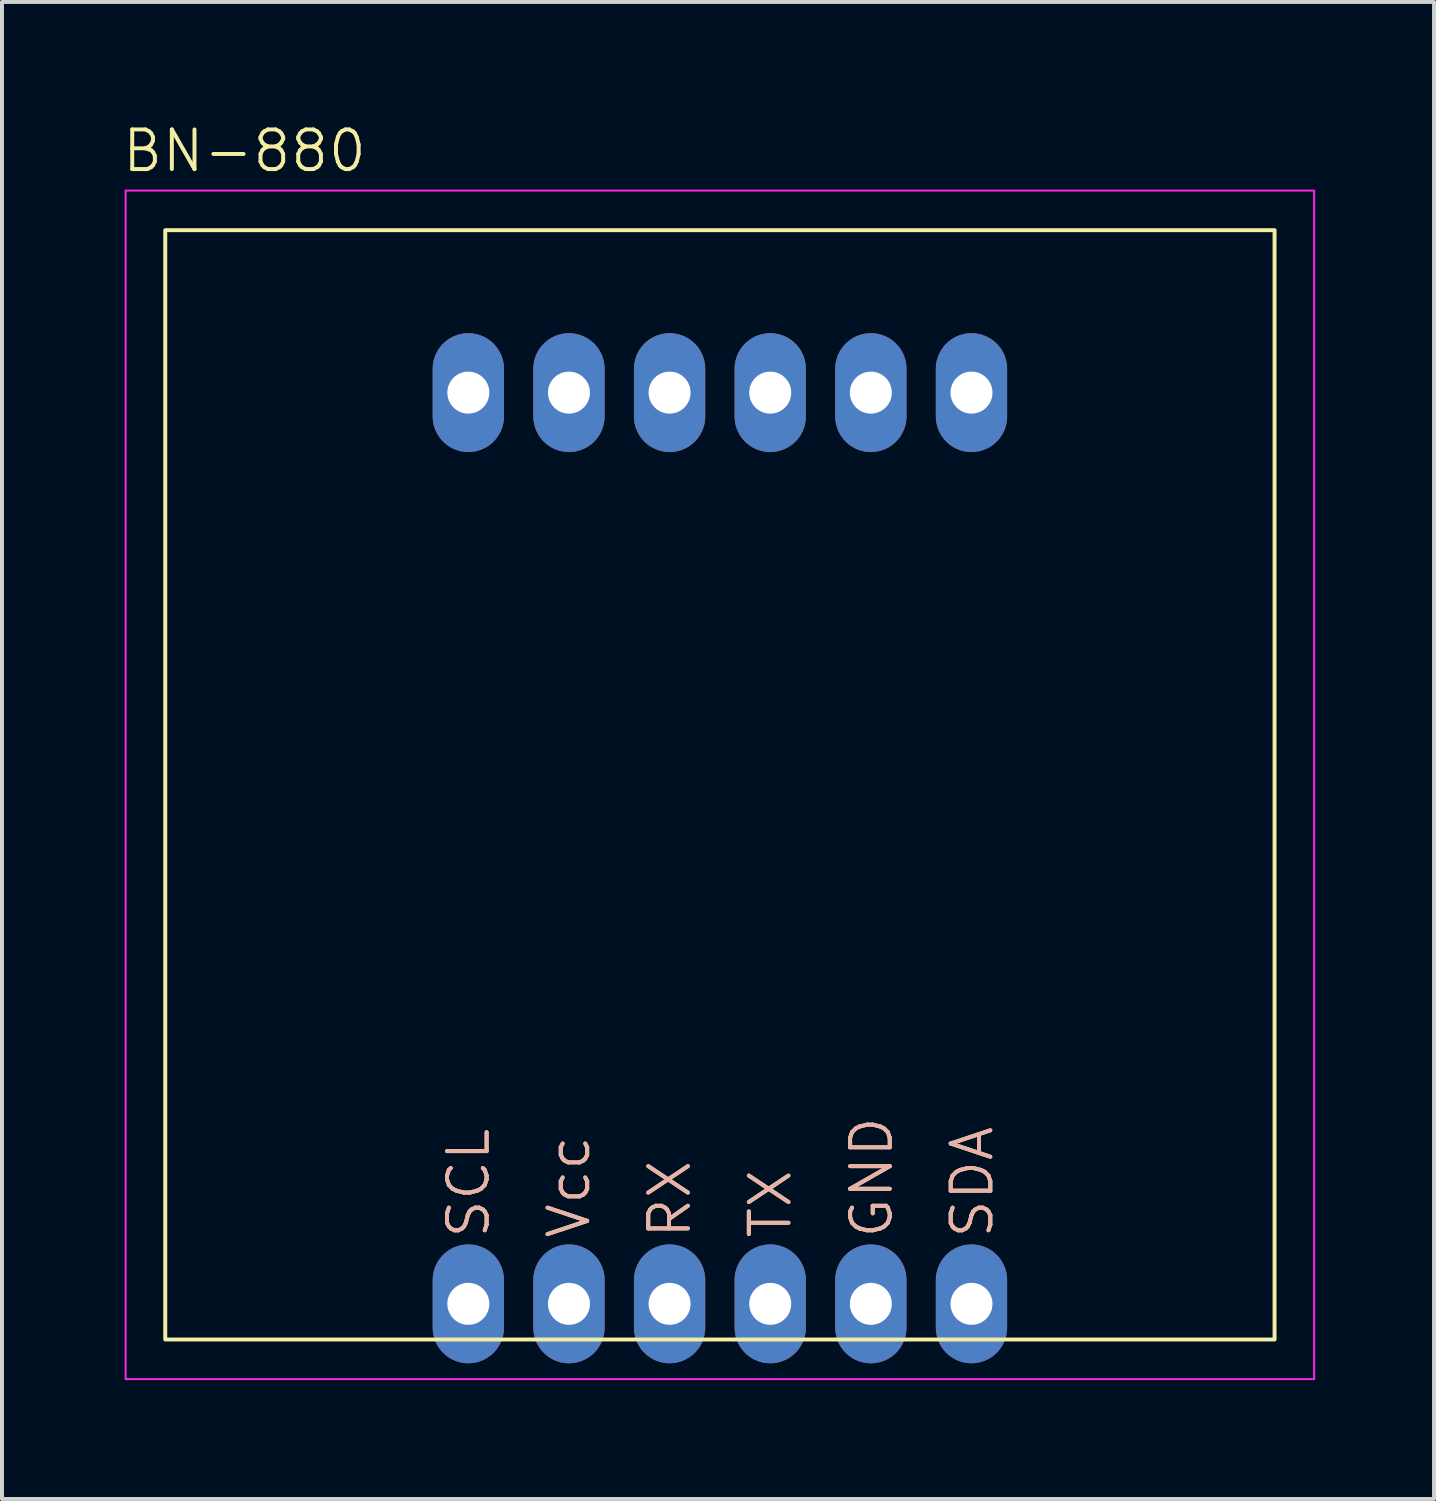
<source format=kicad_pcb>
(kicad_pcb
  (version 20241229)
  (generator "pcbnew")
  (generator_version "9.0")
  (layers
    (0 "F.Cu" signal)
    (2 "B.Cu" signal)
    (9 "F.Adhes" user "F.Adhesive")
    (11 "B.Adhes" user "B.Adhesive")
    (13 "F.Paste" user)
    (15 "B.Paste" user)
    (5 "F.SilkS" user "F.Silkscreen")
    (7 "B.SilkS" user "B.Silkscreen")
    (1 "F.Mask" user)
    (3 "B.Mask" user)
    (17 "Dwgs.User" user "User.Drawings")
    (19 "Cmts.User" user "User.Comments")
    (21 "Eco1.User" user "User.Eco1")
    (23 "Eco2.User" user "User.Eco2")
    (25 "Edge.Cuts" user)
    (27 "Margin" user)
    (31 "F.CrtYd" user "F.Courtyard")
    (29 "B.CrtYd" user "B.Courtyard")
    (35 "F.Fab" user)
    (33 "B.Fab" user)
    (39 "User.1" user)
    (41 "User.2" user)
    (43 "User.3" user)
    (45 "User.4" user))
  (footprint "BN-880"
    (layer "F.Cu")
    (at 1.121 2.76)
    (property "Reference" "BN-880" (at 2 -2 0) (unlocked yes) (layer "F.SilkS") (effects (font (size 1 1) (thickness 0.1))))
    (attr through_hole)
    (fp_rect (start 0 0) (end 28 28) (stroke (width 0.1) (type default)) (fill no) (layer "F.SilkS"))
    (fp_rect (start -1 -1) (end 29 29) (stroke (width 0.05) (type default)) (fill no) (layer "F.CrtYd"))
    (fp_text user "SDA" (at 20.368 25.5 90) (unlocked yes) (layer "F.SilkS") (effects (font (size 1 1) (thickness 0.1)) (justify left)))
    (fp_text user "TX" (at 15.273 25.5 90) (unlocked yes) (layer "F.SilkS") (effects (font (size 1 1) (thickness 0.1)) (justify left)))
    (fp_text user "GND" (at 17.829 25.5 90) (unlocked yes) (layer "F.SilkS") (effects (font (size 1 1) (thickness 0.1)) (justify left)))
    (fp_text user "RX" (at 12.734 25.5 90) (unlocked yes) (layer "F.SilkS") (effects (font (size 1 1) (thickness 0.1)) (justify left)))
    (fp_text user "SCL" (at 7.654 25.5 90) (unlocked yes) (layer "F.SilkS") (effects (font (size 1 1) (thickness 0.1)) (justify left)))
    (fp_text user "Vcc" (at 10.192 25.5 90) (unlocked yes) (layer "F.SilkS") (effects (font (size 1 1) (thickness 0.1)) (justify left)))
    (fp_text user "SCL" (at 7.654 25.5 90) (unlocked yes) (layer "B.SilkS") (effects (font (size 1 1) (thickness 0.1)) (justify left)))
    (fp_text user "SDA" (at 20.368 25.5 90) (unlocked yes) (layer "B.SilkS") (effects (font (size 1 1) (thickness 0.1)) (justify left)))
    (fp_text user "GND" (at 17.829 25.5 90) (unlocked yes) (layer "B.SilkS") (effects (font (size 1 1) (thickness 0.1)) (justify left)))
    (fp_text user "TX" (at 15.273 25.5 90) (unlocked yes) (layer "B.SilkS") (effects (font (size 1 1) (thickness 0.1)) (justify left)))
    (fp_text user "Vcc" (at 10.192 25.5 90) (unlocked yes) (layer "B.SilkS") (effects (font (size 1 1) (thickness 0.1)) (justify left)))
    (fp_text user "RX" (at 12.734 25.5 90) (unlocked yes) (layer "B.SilkS") (effects (font (size 1 1) (thickness 0.1)) (justify left)))
    (pad "" np_thru_hole oval (at 7.65 4.1) (size 1.8 3) (drill 1.06) (layers "*.Cu" "*.Mask"))
    (pad "" np_thru_hole oval (at 10.19 4.1) (size 1.8 3) (drill 1.06) (layers "*.Cu" "*.Mask"))
    (pad "" np_thru_hole oval (at 12.73 4.1) (size 1.8 3) (drill 1.06) (layers "*.Cu" "*.Mask"))
    (pad "" np_thru_hole oval (at 15.27 4.1) (size 1.8 3) (drill 1.06) (layers "*.Cu" "*.Mask"))
    (pad "" np_thru_hole oval (at 17.81 4.1) (size 1.8 3) (drill 1.06) (layers "*.Cu" "*.Mask"))
    (pad "" np_thru_hole oval (at 20.35 4.1) (size 1.8 3) (drill 1.06) (layers "*.Cu" "*.Mask"))
    (pad "1" thru_hole oval (at 20.35 27.1) (size 1.8 3) (drill 1.06) (layers "*.Cu" "*.Mask"))
    (pad "2" thru_hole oval (at 17.81 27.1) (size 1.8 3) (drill 1.06) (layers "*.Cu" "*.Mask"))
    (pad "3" thru_hole oval (at 15.27 27.1) (size 1.8 3) (drill 1.06) (layers "*.Cu" "*.Mask"))
    (pad "4" thru_hole oval (at 12.73 27.1) (size 1.8 3) (drill 1.06) (layers "*.Cu" "*.Mask"))
    (pad "5" thru_hole oval (at 10.19 27.1) (size 1.8 3) (drill 1.06) (layers "*.Cu" "*.Mask"))
    (pad "6" thru_hole oval (at 7.65 27.1) (size 1.8 3) (drill 1.06) (layers "*.Cu" "*.Mask")))
  (gr_rect
    (start -3 -3)
    (end 33.146 34.785)
    (stroke (width 0.1) (type default))
    (fill no)
    (layer "Edge.Cuts")))
</source>
